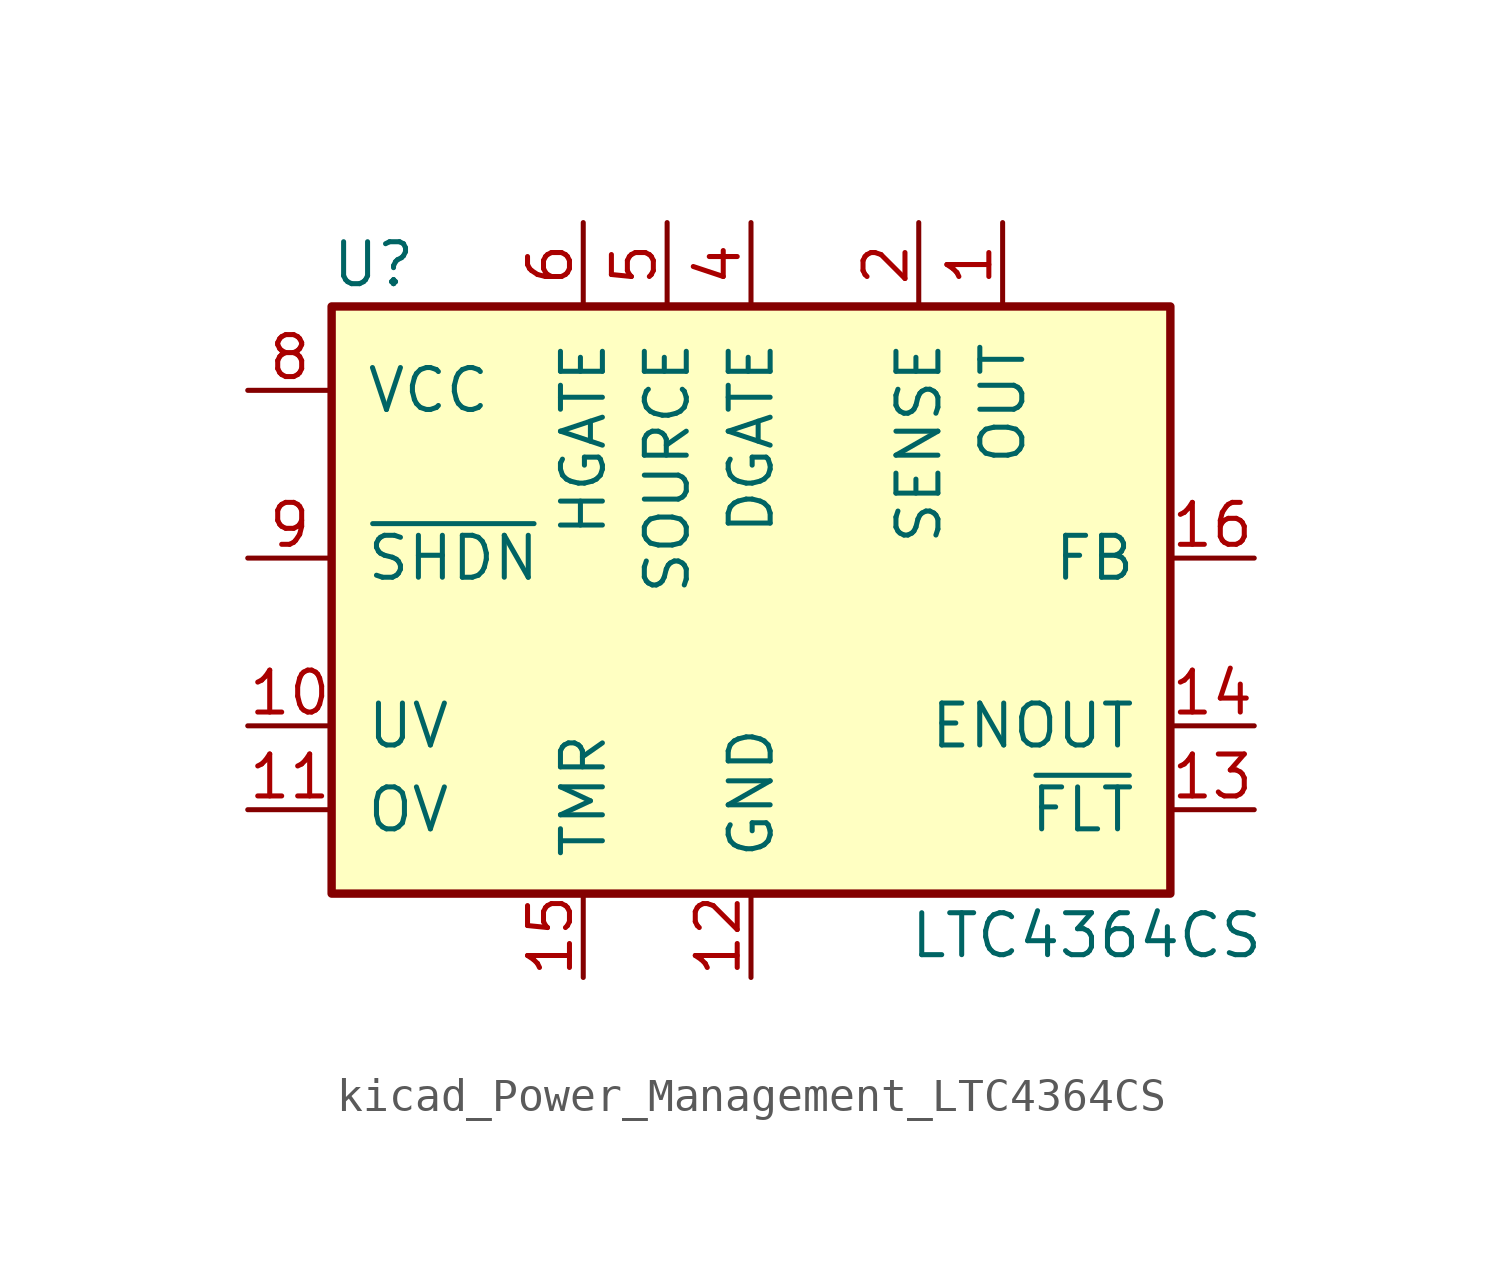
<source format=kicad_sym>
(kicad_symbol_lib
  (version 20220914)
  (generator kicad_symbol_editor)
  (symbol "kicad_Power_Management_LTC4364CS"
    (pin_names
      (offset 1.016))
    (property "Reference" "U"
      (at -11.43 8.89 0)
      (effects (font (size 1.27 1.27))))
    (property "Value" "LTC4364CS"
      (at 10.16 -11.43 0)
      (effects (font (size 1.27 1.27))))
    (symbol "kicad_Power_Management_LTC4364CS_0_1"
      (rectangle (start -12.7 7.62) (end 12.7 -10.16) (stroke (width 0.254) (type default)) (fill (type background))))
    (symbol "kicad_Power_Management_LTC4364CS_1_1"
      (pin input line (at 7.62 10.16 270) (length 2.54) (name "OUT" (effects (font (size 1.27 1.27)))) (number "1" (effects (font (size 1.27 1.27)))))
      (pin input line (at -15.24 -5.08 0) (length 2.54) (name "UV" (effects (font (size 1.27 1.27)))) (number "10" (effects (font (size 1.27 1.27)))))
      (pin input line (at -15.24 -7.62 0) (length 2.54) (name "OV" (effects (font (size 1.27 1.27)))) (number "11" (effects (font (size 1.27 1.27)))))
      (pin power_in line (at 0 -12.7 90) (length 2.54) (name "GND" (effects (font (size 1.27 1.27)))) (number "12" (effects (font (size 1.27 1.27)))))
      (pin open_collector line (at 15.24 -7.62 180) (length 2.54) (name "~{FLT}" (effects (font (size 1.27 1.27)))) (number "13" (effects (font (size 1.27 1.27)))))
      (pin open_collector line (at 15.24 -5.08 180) (length 2.54) (name "ENOUT" (effects (font (size 1.27 1.27)))) (number "14" (effects (font (size 1.27 1.27)))))
      (pin input line (at -5.08 -12.7 90) (length 2.54) (name "TMR" (effects (font (size 1.27 1.27)))) (number "15" (effects (font (size 1.27 1.27)))))
      (pin input line (at 15.24 0 180) (length 2.54) (name "FB" (effects (font (size 1.27 1.27)))) (number "16" (effects (font (size 1.27 1.27)))))
      (pin input line (at 5.08 10.16 270) (length 2.54) (name "SENSE" (effects (font (size 1.27 1.27)))) (number "2" (effects (font (size 1.27 1.27)))))
      (pin no_connect line (at 12.7 2.54 180) (length 2.54) hide (name "NC" (effects (font (size 1.27 1.27)))) (number "3" (effects (font (size 1.27 1.27)))))
      (pin output line (at 0 10.16 270) (length 2.54) (name "DGATE" (effects (font (size 1.27 1.27)))) (number "4" (effects (font (size 1.27 1.27)))))
      (pin input line (at -2.54 10.16 270) (length 2.54) (name "SOURCE" (effects (font (size 1.27 1.27)))) (number "5" (effects (font (size 1.27 1.27)))))
      (pin output line (at -5.08 10.16 270) (length 2.54) (name "HGATE" (effects (font (size 1.27 1.27)))) (number "6" (effects (font (size 1.27 1.27)))))
      (pin no_connect line (at 12.7 5.08 180) (length 2.54) hide (name "NC" (effects (font (size 1.27 1.27)))) (number "7" (effects (font (size 1.27 1.27)))))
      (pin power_in line (at -15.24 5.08 0) (length 2.54) (name "VCC" (effects (font (size 1.27 1.27)))) (number "8" (effects (font (size 1.27 1.27)))))
      (pin input line (at -15.24 0 0) (length 2.54) (name "~{SHDN}" (effects (font (size 1.27 1.27)))) (number "9" (effects (font (size 1.27 1.27))))))))
</source>
